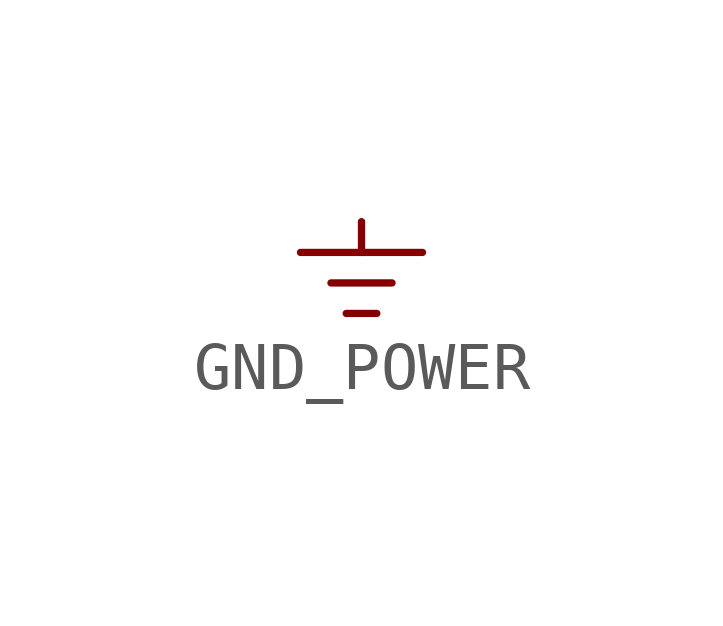
<source format=kicad_sym>
(kicad_symbol_lib
  (version 20211014)
  (generator kicad_symbol_editor)
  (symbol "GND_POWER"
    (power)
    (property "Reference" "#G"
      (at 0 0 0)
      (effects (font (size 1.27 1.27)) hide))
    (property "ki_locked" ""
      (at 0 0 0)
      (effects (font (size 1.27 1.27))))
    (symbol "GND_POWER_1_0"
      (polyline (pts (xy -1.27 -0.635) (xy 0 -0.635)) (stroke (width 0.152) (type default) (color 0 0 0 0)) (fill (type none)))
      (polyline (pts (xy -0.635 -1.27) (xy 0.635 -1.27)) (stroke (width 0.152) (type default) (color 0 0 0 0)) (fill (type none)))
      (polyline (pts (xy -0.318 -1.905) (xy 0.318 -1.905)) (stroke (width 0.152) (type default) (color 0 0 0 0)) (fill (type none)))
      (polyline (pts (xy 0 -0.635) (xy 1.27 -0.635)) (stroke (width 0.152) (type default) (color 0 0 0 0)) (fill (type none)))
      (polyline (pts (xy 0 0) (xy 0 -0.635)) (stroke (width 0.152) (type default) (color 0 0 0 0)) (fill (type none)))
      (pin power_in line (at 0 0 270) (length 0) (name "GND" (effects (font (size 0 0)))) (number "1" (effects (font (size 0 0))))))))
</source>
